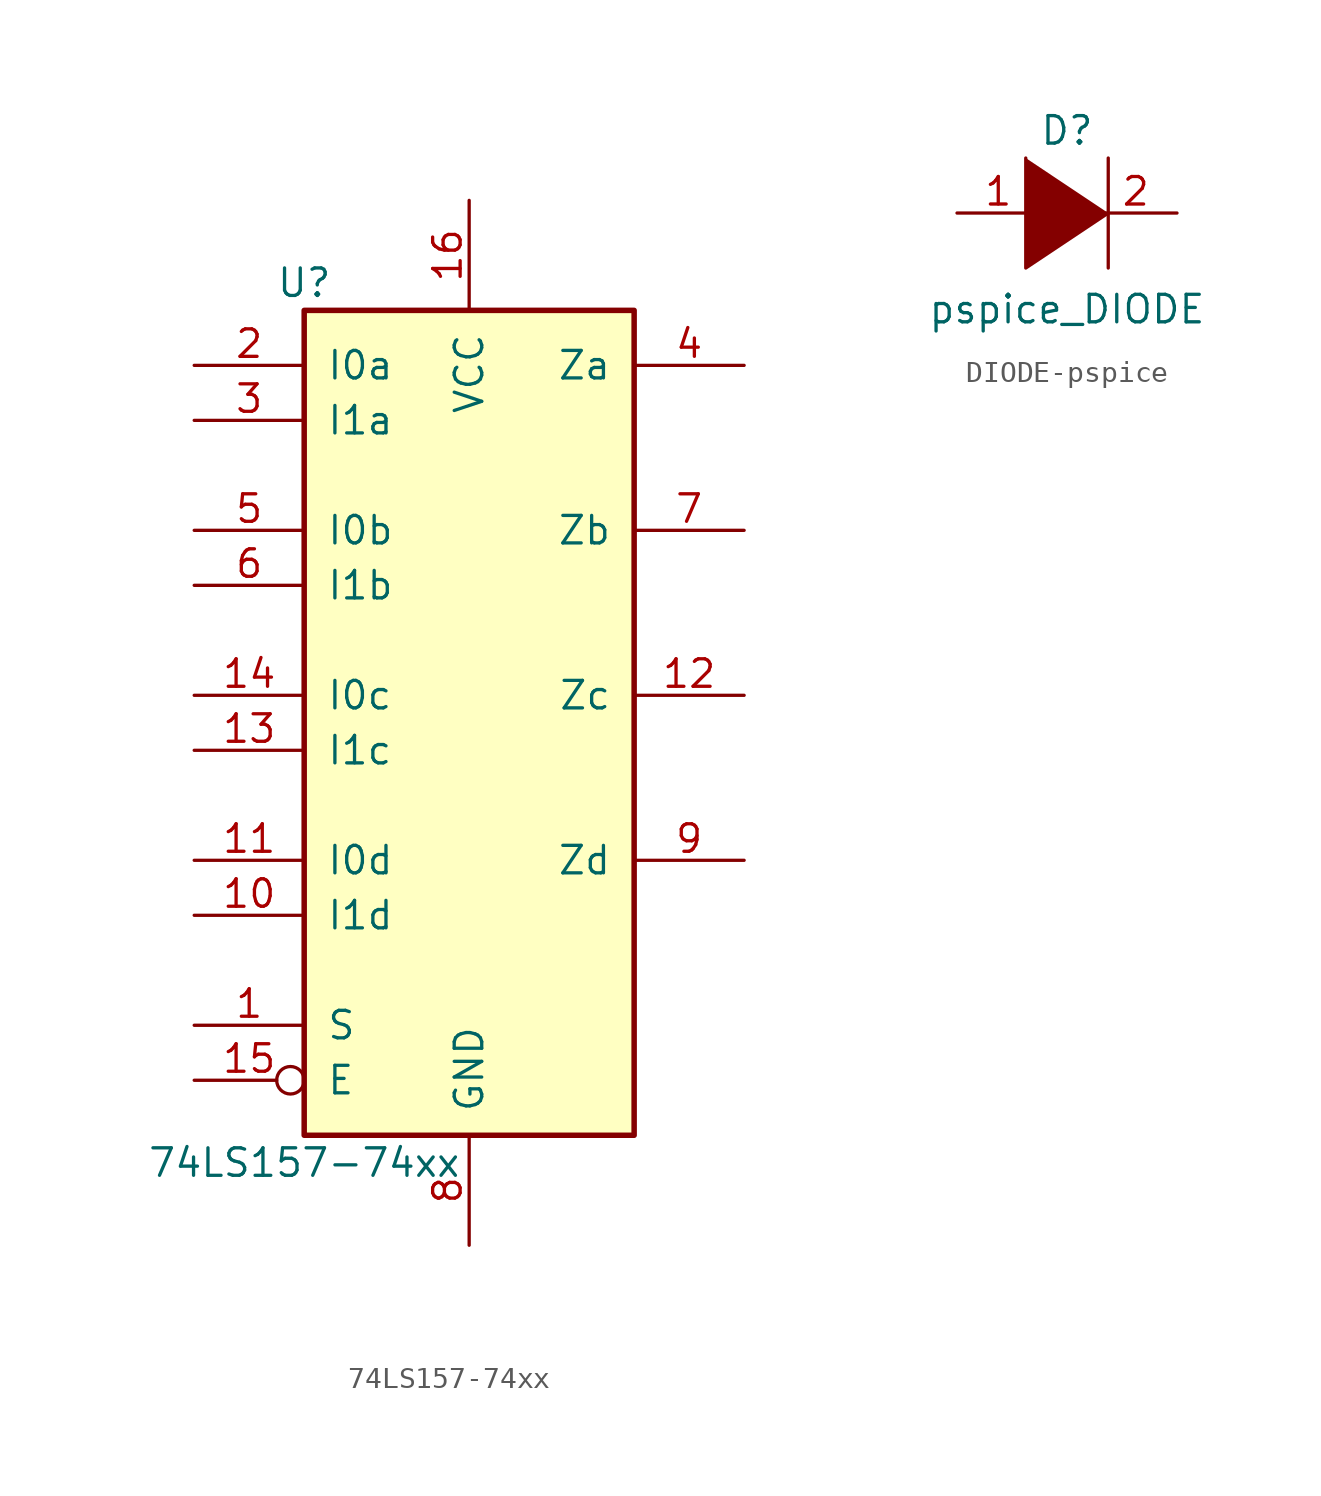
<source format=kicad_sym>
(kicad_symbol_lib
  (version 20220914)
  (generator kicad_symbol_editor)
  (symbol "74LS157-74xx"
    (pin_names
      (offset 1.016))
    (property "Reference" "U"
      (at -7.62 19.05 0)
      (effects (font (size 1.27 1.27))))
    (property "Value" "74LS157-74xx"
      (at -7.62 -21.59 0)
      (effects (font (size 1.27 1.27))))
    (property "ki_locked" ""
      (at 0 0 0)
      (effects (font (size 1.27 1.27))))
    (symbol "74LS157-74xx_1_0"
      (pin input line (at -12.7 -15.24 0) (length 5.08) (name "S" (effects (font (size 1.27 1.27)))) (number "1" (effects (font (size 1.27 1.27)))))
      (pin input line (at -12.7 -10.16 0) (length 5.08) (name "I1d" (effects (font (size 1.27 1.27)))) (number "10" (effects (font (size 1.27 1.27)))))
      (pin input line (at -12.7 -7.62 0) (length 5.08) (name "I0d" (effects (font (size 1.27 1.27)))) (number "11" (effects (font (size 1.27 1.27)))))
      (pin output line (at 12.7 0 180) (length 5.08) (name "Zc" (effects (font (size 1.27 1.27)))) (number "12" (effects (font (size 1.27 1.27)))))
      (pin input line (at -12.7 -2.54 0) (length 5.08) (name "I1c" (effects (font (size 1.27 1.27)))) (number "13" (effects (font (size 1.27 1.27)))))
      (pin input line (at -12.7 0 0) (length 5.08) (name "I0c" (effects (font (size 1.27 1.27)))) (number "14" (effects (font (size 1.27 1.27)))))
      (pin input inverted (at -12.7 -17.78 0) (length 5.08) (name "E" (effects (font (size 1.27 1.27)))) (number "15" (effects (font (size 1.27 1.27)))))
      (pin power_in line (at 0 22.86 270) (length 5.08) (name "VCC" (effects (font (size 1.27 1.27)))) (number "16" (effects (font (size 1.27 1.27)))))
      (pin input line (at -12.7 15.24 0) (length 5.08) (name "I0a" (effects (font (size 1.27 1.27)))) (number "2" (effects (font (size 1.27 1.27)))))
      (pin input line (at -12.7 12.7 0) (length 5.08) (name "I1a" (effects (font (size 1.27 1.27)))) (number "3" (effects (font (size 1.27 1.27)))))
      (pin output line (at 12.7 15.24 180) (length 5.08) (name "Za" (effects (font (size 1.27 1.27)))) (number "4" (effects (font (size 1.27 1.27)))))
      (pin input line (at -12.7 7.62 0) (length 5.08) (name "I0b" (effects (font (size 1.27 1.27)))) (number "5" (effects (font (size 1.27 1.27)))))
      (pin input line (at -12.7 5.08 0) (length 5.08) (name "I1b" (effects (font (size 1.27 1.27)))) (number "6" (effects (font (size 1.27 1.27)))))
      (pin output line (at 12.7 7.62 180) (length 5.08) (name "Zb" (effects (font (size 1.27 1.27)))) (number "7" (effects (font (size 1.27 1.27)))))
      (pin power_in line (at 0 -25.4 90) (length 5.08) (name "GND" (effects (font (size 1.27 1.27)))) (number "8" (effects (font (size 1.27 1.27)))))
      (pin output line (at 12.7 -7.62 180) (length 5.08) (name "Zd" (effects (font (size 1.27 1.27)))) (number "9" (effects (font (size 1.27 1.27))))))
    (symbol "74LS157-74xx_1_1"
      (rectangle (start -7.62 17.78) (end 7.62 -20.32) (stroke (width 0.254) (type solid)) (fill (type background)))))
  (symbol "DIODE-pspice"
    (pin_names
      (offset 1.016) hide)
    (property "Reference" "D"
      (at 0 3.81 0)
      (effects (font (size 1.27 1.27))))
    (property "Value" "pspice_DIODE"
      (at 0 -4.445 0)
      (effects (font (size 1.27 1.27))))
    (symbol "DIODE-pspice_0_1"
      (polyline (pts (xy 1.905 2.54) (xy 1.905 -2.54)) (stroke (width 0) (type solid)) (fill (type none)))
      (polyline (pts (xy -1.905 2.54) (xy -1.905 -2.54) (xy 1.905 0)) (stroke (width 0) (type solid)) (fill (type outline))))
    (symbol "DIODE-pspice_1_1"
      (pin input line (at -5.08 0 0) (length 3.81) (name "K" (effects (font (size 1.27 1.27)))) (number "1" (effects (font (size 1.27 1.27)))))
      (pin input line (at 5.08 0 180) (length 3.81) (name "A" (effects (font (size 1.27 1.27)))) (number "2" (effects (font (size 1.27 1.27))))))))
</source>
